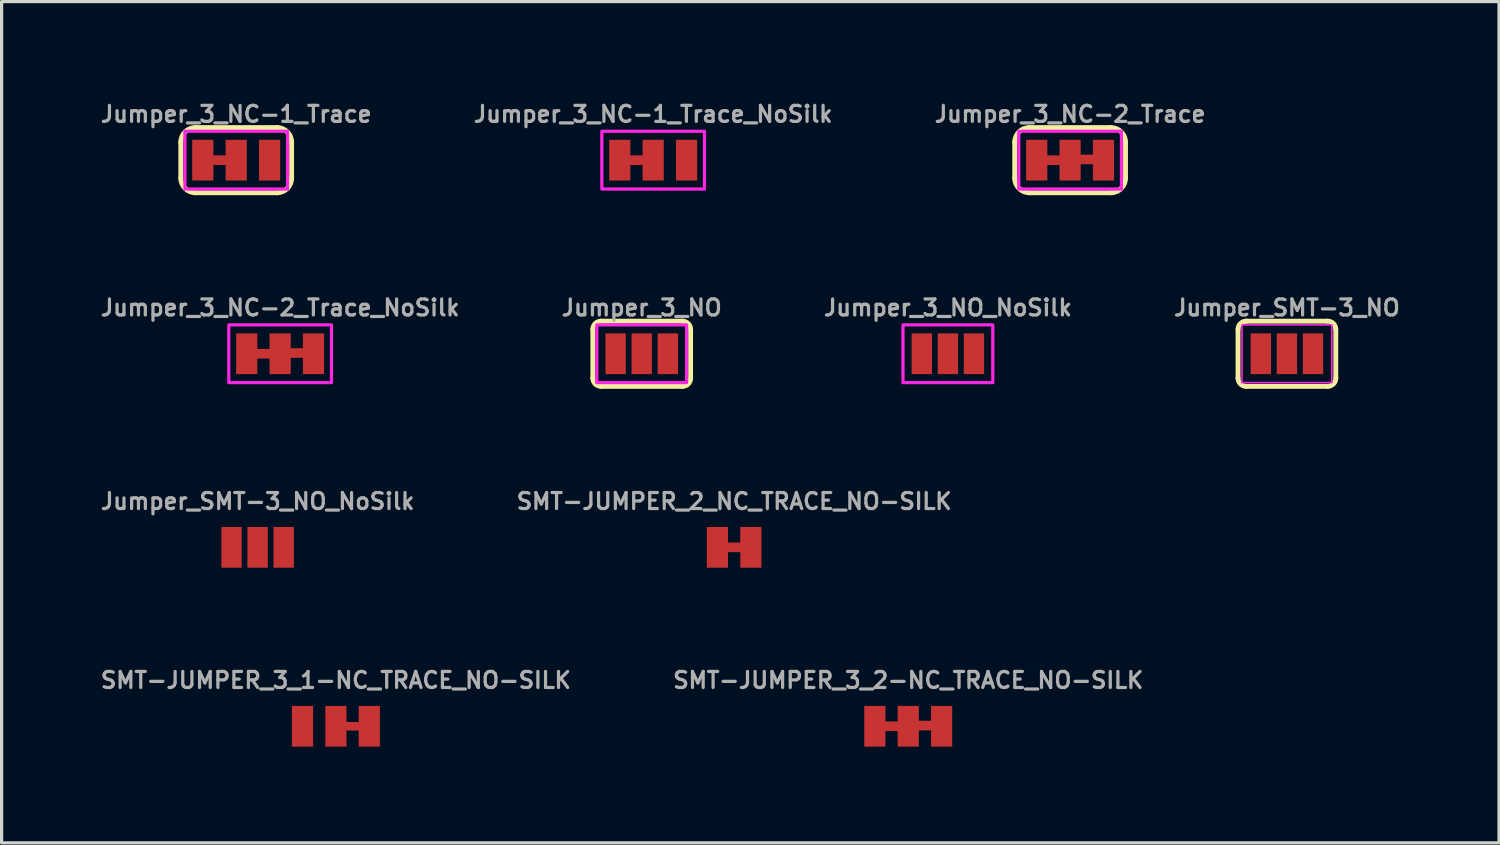
<source format=kicad_pcb>
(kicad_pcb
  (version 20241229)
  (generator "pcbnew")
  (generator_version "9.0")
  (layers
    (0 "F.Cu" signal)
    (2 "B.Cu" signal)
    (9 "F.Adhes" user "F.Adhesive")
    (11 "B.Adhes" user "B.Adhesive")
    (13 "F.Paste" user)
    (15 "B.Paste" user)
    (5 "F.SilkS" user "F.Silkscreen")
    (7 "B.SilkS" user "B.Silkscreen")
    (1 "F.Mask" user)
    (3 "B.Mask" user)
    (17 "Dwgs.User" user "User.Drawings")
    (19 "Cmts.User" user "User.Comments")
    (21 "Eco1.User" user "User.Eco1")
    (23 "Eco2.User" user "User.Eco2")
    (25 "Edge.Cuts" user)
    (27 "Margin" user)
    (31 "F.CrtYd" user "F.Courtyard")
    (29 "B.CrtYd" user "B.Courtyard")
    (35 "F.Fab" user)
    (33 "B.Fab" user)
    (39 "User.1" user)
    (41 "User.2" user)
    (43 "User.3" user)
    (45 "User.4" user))
  (footprint "Jumper_3_NC-1_Trace"
    (layer "F.Cu")
    (at 4.314 1.943)
    (property "Reference" "Jumper_3_NC-1_Trace" (at 0 -1.143 0) (layer "F.Fab") (effects (font (size 0.5 0.5) (thickness 0.1) (bold yes)) (justify bottom)))
    (attr allow_soldermask_bridges)
    (fp_poly (pts (xy -0.771 -0.15) (xy -0.271 -0.15) (xy -0.271 0.15) (xy -0.771 0.15)) (stroke (width 0) (type solid)) (fill yes) (layer "F.Cu"))
    (fp_poly (pts (xy -0.267 0.24) (xy -0.775 0.24) (xy -0.775 -0.24) (xy -0.267 -0.24)) (stroke (width 0) (type default)) (fill yes) (layer "F.Mask"))
    (fp_line (start -1.727 -0.559) (end -1.727 0.559) (stroke (width 0.152) (type solid)) (layer "F.SilkS"))
    (fp_line (start -1.27 -1.016) (end 1.27 -1.016) (stroke (width 0.152) (type solid)) (layer "F.SilkS"))
    (fp_line (start 1.27 1.016) (end -1.27 1.016) (stroke (width 0.152) (type solid)) (layer "F.SilkS"))
    (fp_line (start 1.727 -0.559) (end 1.727 0.559) (stroke (width 0.152) (type solid)) (layer "F.SilkS"))
    (fp_arc (start -1.7272 -0.5588) (mid -1.593289 -0.882089) (end -1.27 -1.016) (stroke (width 0.1524) (type solid)) (layer "F.SilkS"))
    (fp_arc (start -1.27 1.016) (mid -1.593289 0.882089) (end -1.7272 0.5588) (stroke (width 0.1524) (type solid)) (layer "F.SilkS"))
    (fp_arc (start 1.27 -1.016) (mid 1.593289 -0.882089) (end 1.7272 -0.5588) (stroke (width 0.1524) (type solid)) (layer "F.SilkS"))
    (fp_arc (start 1.7272 0.5588) (mid 1.593289 0.882089) (end 1.27 1.016) (stroke (width 0.1524) (type solid)) (layer "F.SilkS"))
    (fp_rect (start 1.6 -0.9) (end -1.6 0.9) (stroke (width 0.1) (type default)) (fill no) (layer "F.CrtYd"))
    (pad "1" smd rect (at -1.041 0) (size 0.66 1.27) (layers "F.Cu" "F.Mask"))
    (pad "2" smd rect (at 0 0) (size 0.66 1.27) (layers "F.Cu" "F.Mask"))
    (pad "3" smd rect (at 1.041 0 180) (size 0.66 1.27) (layers "F.Cu" "F.Mask")))
  (footprint "Jumper_SMT-3_NO_NoSilk"
    (layer "F.Cu")
    (at 4.981 14.013)
    (property "Reference" "Jumper_SMT-3_NO_NoSilk" (at 0 -1.143 0) (layer "F.Fab") (effects (font (size 0.5 0.5) (thickness 0.1) (bold yes)) (justify bottom)))
    (pad "1" smd rect (at -0.813 0) (size 0.635 1.27) (layers "F.Cu" "F.Mask"))
    (pad "2" smd rect (at 0 0) (size 0.635 1.27) (layers "F.Cu" "F.Mask"))
    (pad "3" smd rect (at 0.813 0) (size 0.635 1.27) (layers "F.Cu" "F.Mask")))
  (footprint "Jumper_3_NC-1_Trace_NoSilk"
    (layer "F.Cu")
    (at 17.312 1.943)
    (property "Reference" "Jumper_3_NC-1_Trace_NoSilk" (at 0 -1.143 0) (layer "F.Fab") (effects (font (size 0.5 0.5) (thickness 0.1) (bold yes)) (justify bottom)))
    (fp_poly (pts (xy -0.771 -0.15) (xy -0.271 -0.15) (xy -0.271 0.15) (xy -0.771 0.15)) (stroke (width 0) (type solid)) (fill yes) (layer "F.Cu"))
    (fp_poly (pts (xy -0.267 0.24) (xy -0.775 0.24) (xy -0.775 -0.24) (xy -0.267 -0.24)) (stroke (width 0) (type default)) (fill yes) (layer "F.Mask"))
    (fp_rect (start 1.6 -0.9) (end -1.6 0.9) (stroke (width 0.1) (type default)) (fill no) (layer "F.CrtYd"))
    (pad "1" smd rect (at -1.041 0) (size 0.66 1.27) (layers "F.Cu" "F.Mask"))
    (pad "2" smd rect (at 0 0) (size 0.66 1.27) (layers "F.Cu" "F.Mask"))
    (pad "3" smd rect (at 1.041 0 180) (size 0.66 1.27) (layers "F.Cu" "F.Mask")))
  (footprint "Jumper_3_NC-2_Trace"
    (layer "F.Cu")
    (at 30.31 1.943)
    (property "Reference" "Jumper_3_NC-2_Trace" (at 0 -1.143 0) (layer "F.Fab") (effects (font (size 0.5 0.5) (thickness 0.1) (bold yes)) (justify bottom)))
    (fp_poly (pts (xy -0.771 -0.15) (xy -0.271 -0.15) (xy -0.271 0.15) (xy -0.771 0.15)) (stroke (width 0) (type solid)) (fill yes) (layer "F.Cu"))
    (fp_poly (pts (xy 0.262 -0.173) (xy 0.762 -0.173) (xy 0.762 0.127) (xy 0.262 0.127)) (stroke (width 0) (type solid)) (fill yes) (layer "F.Cu"))
    (fp_poly (pts (xy -0.267 0.24) (xy -0.775 0.24) (xy -0.775 -0.24) (xy -0.267 -0.24)) (stroke (width 0) (type default)) (fill yes) (layer "F.Mask"))
    (fp_poly (pts (xy 0.766 0.217) (xy 0.258 0.217) (xy 0.258 -0.264) (xy 0.766 -0.264)) (stroke (width 0) (type default)) (fill yes) (layer "F.Mask"))
    (fp_line (start -1.727 0.559) (end -1.727 -0.559) (stroke (width 0.152) (type solid)) (layer "F.SilkS"))
    (fp_line (start -1.27 -1.016) (end 1.27 -1.016) (stroke (width 0.152) (type solid)) (layer "F.SilkS"))
    (fp_line (start 1.27 1.016) (end -1.27 1.016) (stroke (width 0.152) (type solid)) (layer "F.SilkS"))
    (fp_line (start 1.727 0.559) (end 1.727 -0.559) (stroke (width 0.152) (type solid)) (layer "F.SilkS"))
    (fp_arc (start -1.7272 -0.5588) (mid -1.593289 -0.882089) (end -1.27 -1.016) (stroke (width 0.1524) (type solid)) (layer "F.SilkS"))
    (fp_arc (start -1.27 1.016) (mid -1.593289 0.882089) (end -1.7272 0.5588) (stroke (width 0.1524) (type solid)) (layer "F.SilkS"))
    (fp_arc (start 1.27 -1.016) (mid 1.59329 -0.88209) (end 1.7272 -0.5588) (stroke (width 0.1524) (type solid)) (layer "F.SilkS"))
    (fp_arc (start 1.7272 0.5588) (mid 1.59329 0.88209) (end 1.27 1.016) (stroke (width 0.1524) (type solid)) (layer "F.SilkS"))
    (fp_rect (start -1.6 -0.9) (end 1.6 0.9) (stroke (width 0.1) (type default)) (fill no) (layer "F.CrtYd"))
    (pad "1" smd rect (at -1.041 0) (size 0.66 1.27) (layers "F.Cu" "F.Mask"))
    (pad "2" smd rect (at 0 0) (size 0.66 1.27) (layers "F.Cu" "F.Mask"))
    (pad "3" smd rect (at 1.041 0 180) (size 0.66 1.27) (layers "F.Cu" "F.Mask")))
  (footprint "SMT-JUMPER_3_1-NC_TRACE_NO-SILK"
    (layer "F.Cu")
    (at 7.421 19.591)
    (property "Reference" "SMT-JUMPER_3_1-NC_TRACE_NO-SILK" (at 0 -1.143 0) (layer "F.Fab") (effects (font (size 0.5 0.5) (thickness 0.1) (bold yes)) (justify bottom)))
    (fp_poly (pts (xy 0.54 0.133) (xy -0.197 0.133) (xy -0.197 -0.133) (xy 0.54 -0.133)) (stroke (width 0) (type default)) (fill yes) (layer "F.Cu"))
    (fp_poly (pts (xy 1.238 0.133) (xy 0.502 0.133) (xy 0.502 -0.133) (xy 1.238 -0.133)) (stroke (width 0) (type default)) (fill yes) (layer "F.Cu"))
    (fp_poly (pts (xy 0.762 0.191) (xy 0.254 0.191) (xy 0.254 -0.191) (xy 0.762 -0.191)) (stroke (width 0) (type default)) (fill yes) (layer "F.Mask"))
    (pad "1" smd rect (at -1.041 0) (size 0.66 1.27) (layers "F.Cu" "F.Mask"))
    (pad "2" smd rect (at 0 0) (size 0.66 1.27) (layers "F.Cu" "F.Mask"))
    (pad "3" smd rect (at 1.041 0) (size 0.66 1.27) (layers "F.Cu" "F.Mask")))
  (footprint "Jumper_3_NC-2_Trace_NoSilk"
    (layer "F.Cu")
    (at 5.683 7.978)
    (property "Reference" "Jumper_3_NC-2_Trace_NoSilk" (at 0 -1.143 0) (layer "F.Fab") (effects (font (size 0.5 0.5) (thickness 0.1) (bold yes)) (justify bottom)))
    (fp_poly (pts (xy -0.771 -0.15) (xy -0.271 -0.15) (xy -0.271 0.15) (xy -0.771 0.15)) (stroke (width 0) (type solid)) (fill yes) (layer "F.Cu"))
    (fp_poly (pts (xy 0.262 -0.173) (xy 0.762 -0.173) (xy 0.762 0.127) (xy 0.262 0.127)) (stroke (width 0) (type solid)) (fill yes) (layer "F.Cu"))
    (fp_poly (pts (xy -0.267 0.24) (xy -0.775 0.24) (xy -0.775 -0.24) (xy -0.267 -0.24)) (stroke (width 0) (type default)) (fill yes) (layer "F.Mask"))
    (fp_poly (pts (xy 0.766 0.217) (xy 0.258 0.217) (xy 0.258 -0.264) (xy 0.766 -0.264)) (stroke (width 0) (type default)) (fill yes) (layer "F.Mask"))
    (fp_rect (start 1.6 -0.9) (end -1.6 0.9) (stroke (width 0.1) (type default)) (fill no) (layer "F.CrtYd"))
    (pad "1" smd rect (at -1.041 0) (size 0.66 1.27) (layers "F.Cu" "F.Mask"))
    (pad "2" smd rect (at 0 0) (size 0.66 1.27) (layers "F.Cu" "F.Mask"))
    (pad "3" smd rect (at 1.041 0 180) (size 0.66 1.27) (layers "F.Cu" "F.Mask")))
  (footprint "Jumper_3_NO_NoSilk"
    (layer "F.Cu")
    (at 26.5 7.978)
    (property "Reference" "Jumper_3_NO_NoSilk" (at 0 -1.143 0) (layer "F.Fab") (effects (font (size 0.5 0.5) (thickness 0.1) (bold yes)) (justify bottom)))
    (fp_rect (start 1.4 -0.9) (end -1.4 0.9) (stroke (width 0.1) (type default)) (fill no) (layer "F.CrtYd"))
    (pad "1" smd rect (at -0.813 0) (size 0.635 1.27) (layers "F.Cu" "F.Mask"))
    (pad "2" smd rect (at 0 0) (size 0.635 1.27) (layers "F.Cu" "F.Mask"))
    (pad "3" smd rect (at 0.813 0) (size 0.635 1.27) (layers "F.Cu" "F.Mask")))
  (footprint "SMT-JUMPER_3_2-NC_TRACE_NO-SILK"
    (layer "F.Cu")
    (at 25.264 19.591)
    (property "Reference" "SMT-JUMPER_3_2-NC_TRACE_NO-SILK" (at 0 -1.143 0) (layer "F.Fab") (effects (font (size 0.5 0.5) (thickness 0.1) (bold yes)) (justify bottom)))
    (fp_poly (pts (xy -0.771 -0.15) (xy -0.271 -0.15) (xy -0.271 0.15) (xy -0.771 0.15)) (stroke (width 0) (type solid)) (fill yes) (layer "F.Cu"))
    (fp_poly (pts (xy 0.262 -0.173) (xy 0.762 -0.173) (xy 0.762 0.127) (xy 0.262 0.127)) (stroke (width 0) (type solid)) (fill yes) (layer "F.Cu"))
    (fp_poly (pts (xy -0.267 0.24) (xy -0.775 0.24) (xy -0.775 -0.24) (xy -0.267 -0.24)) (stroke (width 0) (type default)) (fill yes) (layer "F.Mask"))
    (fp_poly (pts (xy 0.766 0.217) (xy 0.258 0.217) (xy 0.258 -0.264) (xy 0.766 -0.264)) (stroke (width 0) (type default)) (fill yes) (layer "F.Mask"))
    (pad "1" smd rect (at -1.041 0) (size 0.66 1.27) (layers "F.Cu" "F.Mask"))
    (pad "2" smd rect (at 0 0) (size 0.66 1.27) (layers "F.Cu" "F.Mask"))
    (pad "3" smd rect (at 1.041 0 180) (size 0.66 1.27) (layers "F.Cu" "F.Mask")))
  (footprint "Jumper_3_NO"
    (layer "F.Cu")
    (at 16.955 7.978)
    (property "Reference" "Jumper_3_NO" (at 0 -1.143 0) (layer "F.Fab") (effects (font (size 0.5 0.5) (thickness 0.1) (bold yes)) (justify bottom)))
    (fp_line (start -1.524 0.762) (end -1.524 -0.762) (stroke (width 0.152) (type solid)) (layer "F.SilkS"))
    (fp_line (start -1.27 -1.016) (end 1.27 -1.016) (stroke (width 0.152) (type solid)) (layer "F.SilkS"))
    (fp_line (start 1.27 1.016) (end -1.27 1.016) (stroke (width 0.152) (type solid)) (layer "F.SilkS"))
    (fp_line (start 1.524 0.762) (end 1.524 -0.762) (stroke (width 0.152) (type solid)) (layer "F.SilkS"))
    (fp_arc (start -1.524 -0.762) (mid -1.449605 -0.941605) (end -1.27 -1.016) (stroke (width 0.1524) (type solid)) (layer "F.SilkS"))
    (fp_arc (start -1.27 1.016) (mid -1.449605 0.941605) (end -1.524 0.762) (stroke (width 0.1524) (type solid)) (layer "F.SilkS"))
    (fp_arc (start 1.27 -1.016) (mid 1.449605 -0.941605) (end 1.524 -0.762) (stroke (width 0.1524) (type solid)) (layer "F.SilkS"))
    (fp_arc (start 1.524 0.762) (mid 1.449605 0.941605) (end 1.27 1.016) (stroke (width 0.1524) (type solid)) (layer "F.SilkS"))
    (fp_rect (start 1.4 -0.9) (end -1.4 0.9) (stroke (width 0.1) (type default)) (fill no) (layer "F.CrtYd"))
    (pad "1" smd rect (at -0.813 0) (size 0.635 1.27) (layers "F.Cu" "F.Mask"))
    (pad "2" smd rect (at 0 0) (size 0.635 1.27) (layers "F.Cu" "F.Mask"))
    (pad "3" smd rect (at 0.813 0) (size 0.635 1.27) (layers "F.Cu" "F.Mask")))
  (footprint "Jumper_SMT-3_NO"
    (layer "F.Cu")
    (at 37.069 7.978)
    (property "Reference" "Jumper_SMT-3_NO" (at 0 -1.143 0) (layer "F.Fab") (effects (font (size 0.5 0.5) (thickness 0.1) (bold yes)) (justify bottom)))
    (fp_line (start -1.524 0.762) (end -1.524 -0.762) (stroke (width 0.152) (type solid)) (layer "F.SilkS"))
    (fp_line (start -1.27 -1.016) (end 1.27 -1.016) (stroke (width 0.152) (type solid)) (layer "F.SilkS"))
    (fp_line (start 1.27 1.016) (end -1.27 1.016) (stroke (width 0.152) (type solid)) (layer "F.SilkS"))
    (fp_line (start 1.524 0.762) (end 1.524 -0.762) (stroke (width 0.152) (type solid)) (layer "F.SilkS"))
    (fp_arc (start -1.524 -0.762) (mid -1.449605 -0.941605) (end -1.27 -1.016) (stroke (width 0.1524) (type solid)) (layer "F.SilkS"))
    (fp_arc (start -1.27 1.016) (mid -1.449605 0.941605) (end -1.524 0.762) (stroke (width 0.1524) (type solid)) (layer "F.SilkS"))
    (fp_arc (start 1.27 -1.016) (mid 1.449605 -0.941605) (end 1.524 -0.762) (stroke (width 0.1524) (type solid)) (layer "F.SilkS"))
    (fp_arc (start 1.524 0.762) (mid 1.449605 0.941605) (end 1.27 1.016) (stroke (width 0.1524) (type solid)) (layer "F.SilkS"))
    (fp_rect (start -1.4 -0.9) (end 1.4 0.9) (stroke (width 0.05) (type default)) (fill no) (layer "F.CrtYd"))
    (pad "1" smd rect (at -0.813 0) (size 0.635 1.27) (layers "F.Cu" "F.Mask"))
    (pad "2" smd rect (at 0 0) (size 0.635 1.27) (layers "F.Cu" "F.Mask"))
    (pad "3" smd rect (at 0.813 0) (size 0.635 1.27) (layers "F.Cu" "F.Mask")))
  (footprint "SMT-JUMPER_2_NC_TRACE_NO-SILK"
    (layer "F.Cu")
    (at 19.836 14.013)
    (property "Reference" "SMT-JUMPER_2_NC_TRACE_NO-SILK" (at 0 -1.143 0) (layer "F.Fab") (effects (font (size 0.5 0.5) (thickness 0.1) (bold yes)) (justify bottom)))
    (fp_poly (pts (xy -0.25 -0.15) (xy 0.25 -0.15) (xy 0.25 0.15) (xy -0.25 0.15)) (stroke (width 0) (type solid)) (fill yes) (layer "F.Cu"))
    (fp_poly (pts (xy 0.254 0.24) (xy -0.254 0.24) (xy -0.254 -0.24) (xy 0.254 -0.24)) (stroke (width 0) (type default)) (fill yes) (layer "F.Mask"))
    (pad "1" smd rect (at -0.521 0) (size 0.66 1.27) (layers "F.Cu" "F.Mask"))
    (pad "2" smd rect (at 0.521 0) (size 0.66 1.27) (layers "F.Cu" "F.Mask")))
  (gr_rect
    (start -3 -3)
    (end 43.681 23.226)
    (stroke (width 0.1) (type default))
    (fill no)
    (layer "Edge.Cuts")))
</source>
